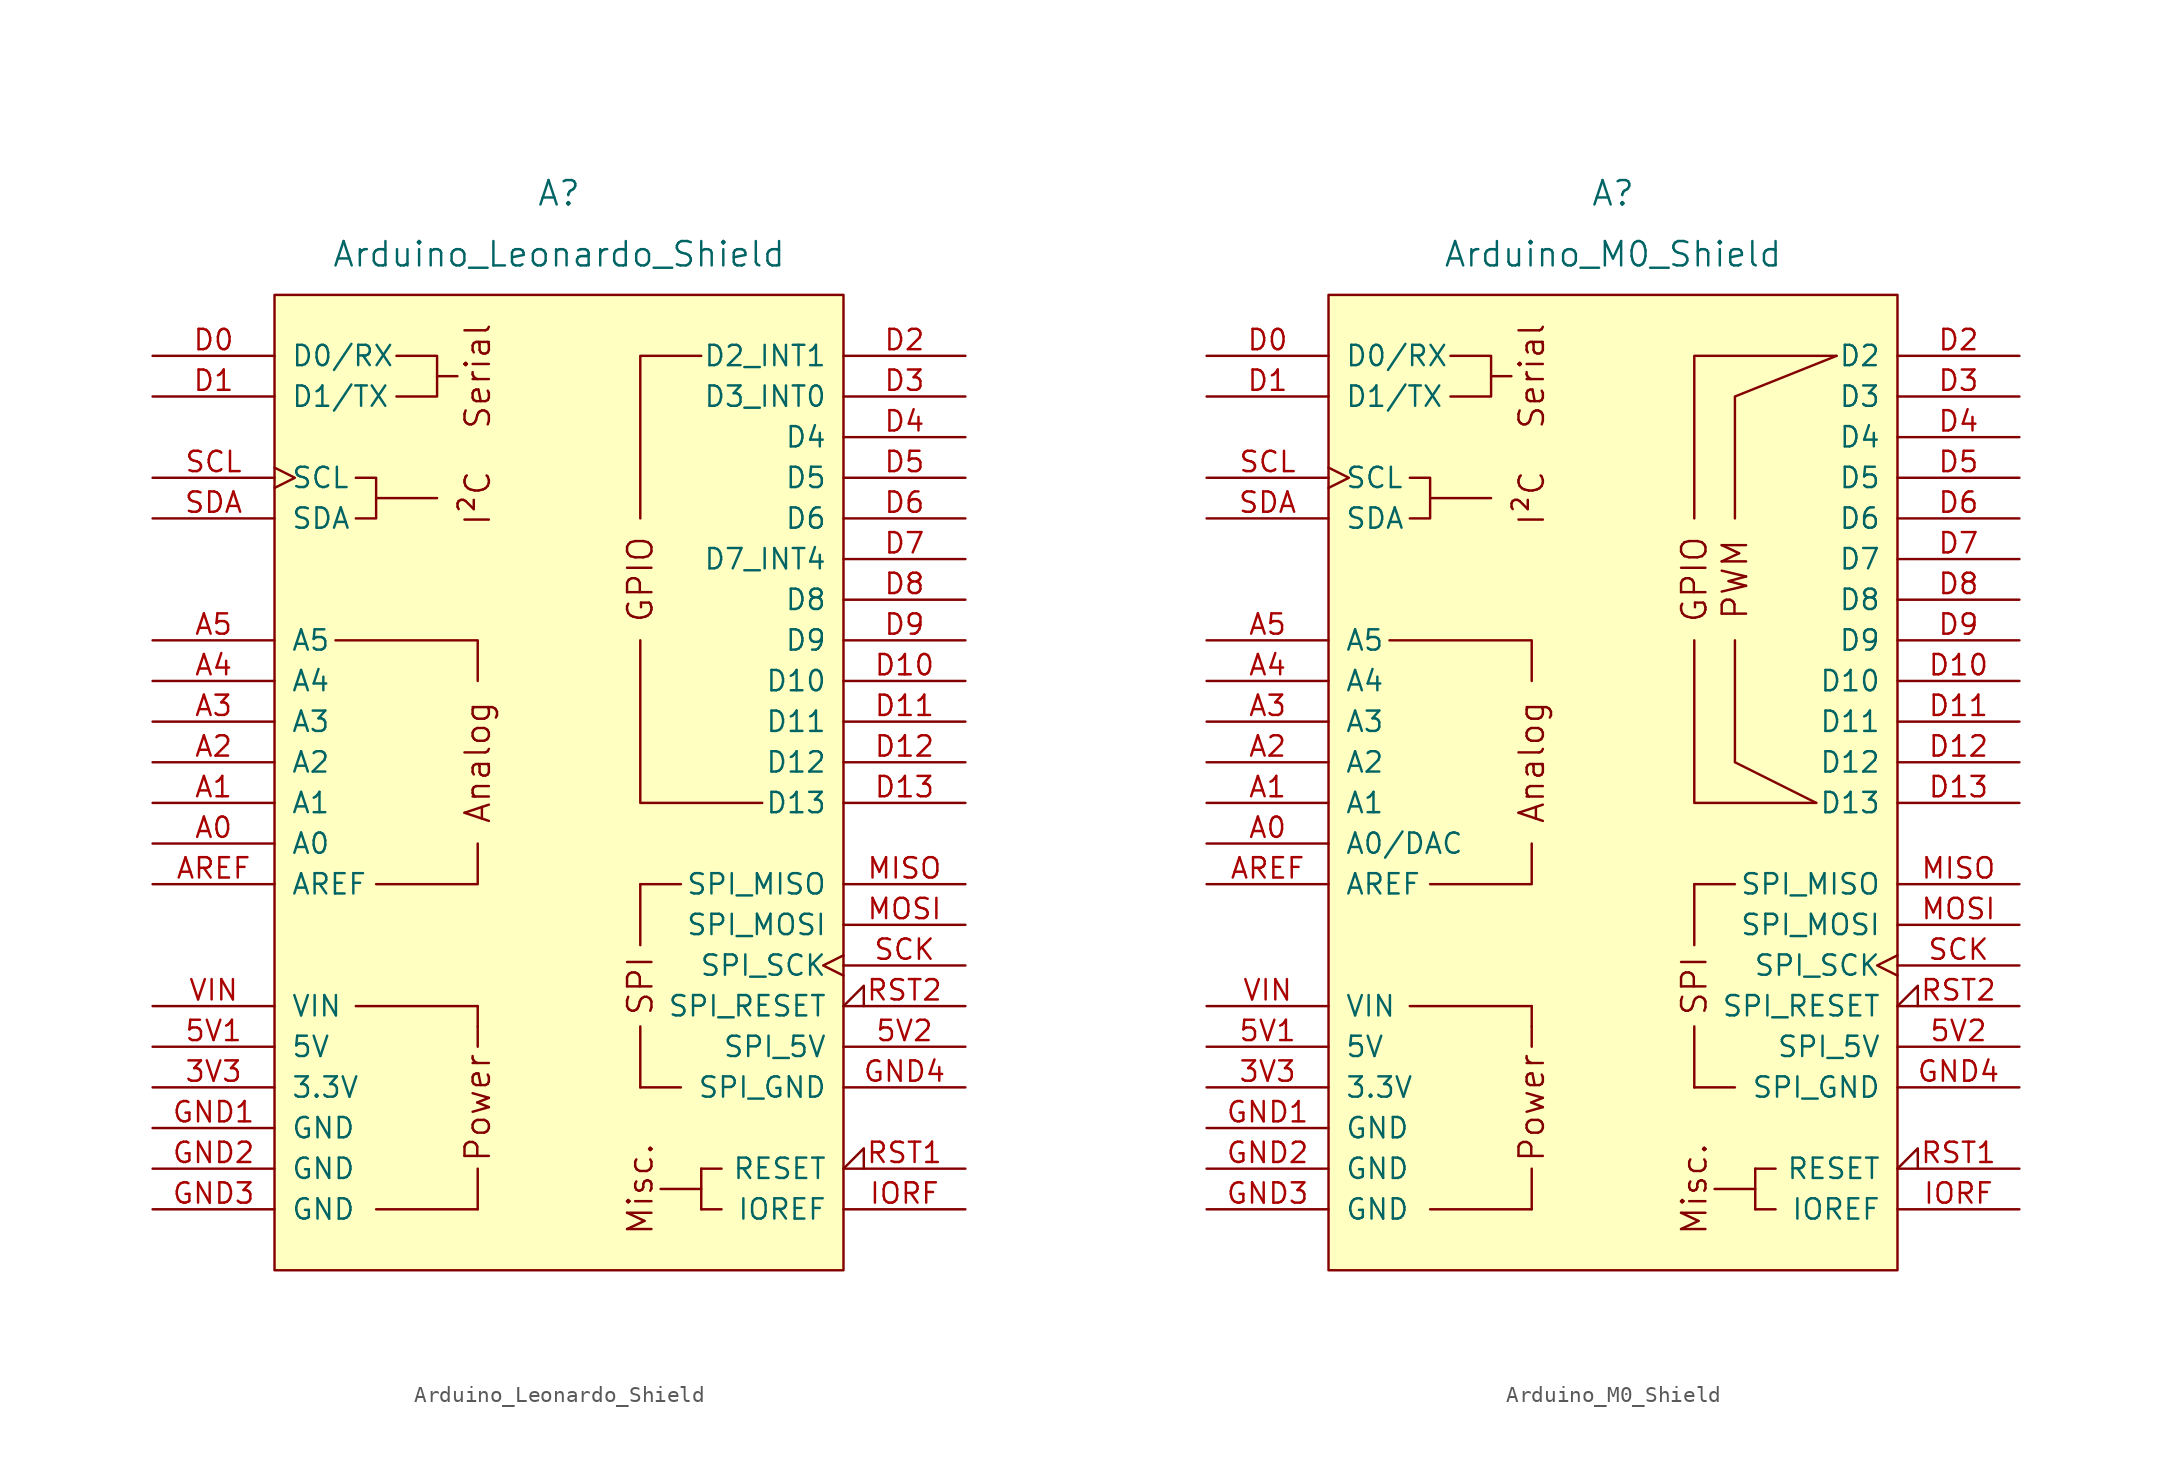
<source format=kicad_sym>
(kicad_symbol_lib
  (version 20231120)
  (generator "kicad_symbol_editor")
  (generator_version "8.0")
  (symbol "Arduino_Leonardo_Shield"
    (pin_names
      (offset 1.016))
    (property "Reference" "A"
      (at 0 36.83 0)
      (effects (font (size 1.524 1.524))))
    (property "Value" "Arduino_Leonardo_Shield"
      (at 0 33.02 0)
      (effects (font (size 1.524 1.524))))
    (symbol "Arduino_Leonardo_Shield_0_0"
      (rectangle (start -17.78 30.48) (end 17.78 -30.48) (stroke (width 0) (type default)) (fill (type background)))
      (rectangle (start -12.7 -13.97) (end -5.08 -13.97) (stroke (width 0) (type default)) (fill (type none)))
      (rectangle (start -11.43 -26.67) (end -5.08 -26.67) (stroke (width 0) (type default)) (fill (type none)))
      (polyline (pts (xy -11.43 17.78) (xy -7.62 17.78)) (stroke (width 0) (type default)) (fill (type none)))
      (polyline (pts (xy -7.62 25.4) (xy -6.35 25.4)) (stroke (width 0) (type default)) (fill (type none)))
      (polyline (pts (xy -5.08 -26.67) (xy -5.08 -24.13)) (stroke (width 0) (type default)) (fill (type none)))
      (polyline (pts (xy -5.08 -15.24) (xy -5.08 -16.51)) (stroke (width 0) (type default)) (fill (type none)))
      (polyline (pts (xy -5.08 -13.97) (xy -5.08 -15.24)) (stroke (width 0) (type default)) (fill (type none)))
      (polyline (pts (xy -5.08 -3.81) (xy -5.08 -6.35) (xy -11.43 -6.35)) (stroke (width 0) (type default)) (fill (type none)))
      (polyline (pts (xy -5.08 6.35) (xy -5.08 8.89) (xy -13.97 8.89)) (stroke (width 0) (type default)) (fill (type none)))
      (polyline (pts (xy 5.08 8.89) (xy 5.08 -1.27) (xy 12.7 -1.27)) (stroke (width 0) (type default)) (fill (type none)))
      (polyline (pts (xy 5.08 16.51) (xy 5.08 26.67) (xy 8.89 26.67)) (stroke (width 0) (type default)) (fill (type none)))
      (polyline (pts (xy -12.7 19.05) (xy -11.43 19.05) (xy -11.43 16.51) (xy -12.7 16.51)) (stroke (width 0) (type default)) (fill (type none)))
      (polyline (pts (xy -10.16 26.67) (xy -7.62 26.67) (xy -7.62 24.13) (xy -10.16 24.13)) (stroke (width 0) (type default)) (fill (type none)))
      (rectangle (start 5.08 -19.05) (end 5.08 -15.24) (stroke (width 0) (type default)) (fill (type none)))
      (rectangle (start 5.08 -19.05) (end 7.62 -19.05) (stroke (width 0) (type default)) (fill (type none)))
      (rectangle (start 5.08 -10.16) (end 5.08 -6.35) (stroke (width 0) (type default)) (fill (type none)))
      (rectangle (start 7.62 -6.35) (end 5.08 -6.35) (stroke (width 0) (type default)) (fill (type none)))
      (rectangle (start 8.89 -25.4) (end 6.35 -25.4) (stroke (width 0) (type default)) (fill (type none)))
      (rectangle (start 8.89 -24.13) (end 8.89 -26.67) (stroke (width 0) (type default)) (fill (type none)))
      (rectangle (start 10.16 -26.67) (end 8.89 -26.67) (stroke (width 0) (type default)) (fill (type none)))
      (rectangle (start 10.16 -24.13) (end 8.89 -24.13) (stroke (width 0) (type default)) (fill (type none)))
      (text "Analog" (at -5.08 1.27 900) (effects (font (size 1.524 1.524))))
      (text "I²C" (at -5.08 17.78 900) (effects (font (size 1.524 1.524))))
      (text "Misc." (at 5.08 -25.4 900) (effects (font (size 1.524 1.524))))
      (text "Power" (at -5.08 -20.32 900) (effects (font (size 1.524 1.524))))
      (text "Serial" (at -5.08 25.4 900) (effects (font (size 1.524 1.524))))
      (text "SPI" (at 5.08 -12.7 900) (effects (font (size 1.524 1.524)))))
    (symbol "Arduino_Leonardo_Shield_1_0"
      (text "GPIO" (at 5.08 12.7 900) (effects (font (size 1.524 1.524)))))
    (symbol "Arduino_Leonardo_Shield_1_1"
      (pin power_out line (at -25.4 -19.05 0) (length 7.62) (name "3.3V" (effects (font (size 1.27 1.27)))) (number "3V3" (effects (font (size 1.27 1.27)))))
      (pin power_in line (at -25.4 -16.51 0) (length 7.62) (name "5V" (effects (font (size 1.27 1.27)))) (number "5V1" (effects (font (size 1.27 1.27)))))
      (pin power_in line (at 25.4 -16.51 180) (length 7.62) (name "SPI_5V" (effects (font (size 1.27 1.27)))) (number "5V2" (effects (font (size 1.27 1.27)))))
      (pin bidirectional line (at -25.4 -3.81 0) (length 7.62) (name "A0" (effects (font (size 1.27 1.27)))) (number "A0" (effects (font (size 1.27 1.27)))))
      (pin bidirectional line (at -25.4 -1.27 0) (length 7.62) (name "A1" (effects (font (size 1.27 1.27)))) (number "A1" (effects (font (size 1.27 1.27)))))
      (pin bidirectional line (at -25.4 1.27 0) (length 7.62) (name "A2" (effects (font (size 1.27 1.27)))) (number "A2" (effects (font (size 1.27 1.27)))))
      (pin bidirectional line (at -25.4 3.81 0) (length 7.62) (name "A3" (effects (font (size 1.27 1.27)))) (number "A3" (effects (font (size 1.27 1.27)))))
      (pin bidirectional line (at -25.4 6.35 0) (length 7.62) (name "A4" (effects (font (size 1.27 1.27)))) (number "A4" (effects (font (size 1.27 1.27)))))
      (pin bidirectional line (at -25.4 8.89 0) (length 7.62) (name "A5" (effects (font (size 1.27 1.27)))) (number "A5" (effects (font (size 1.27 1.27)))))
      (pin input line (at -25.4 -6.35 0) (length 7.62) (name "AREF" (effects (font (size 1.27 1.27)))) (number "AREF" (effects (font (size 1.27 1.27)))))
      (pin bidirectional line (at -25.4 26.67 0) (length 7.62) (name "D0/RX" (effects (font (size 1.27 1.27)))) (number "D0" (effects (font (size 1.27 1.27)))))
      (pin bidirectional line (at -25.4 24.13 0) (length 7.62) (name "D1/TX" (effects (font (size 1.27 1.27)))) (number "D1" (effects (font (size 1.27 1.27)))))
      (pin bidirectional line (at 25.4 6.35 180) (length 7.62) (name "D10" (effects (font (size 1.27 1.27)))) (number "D10" (effects (font (size 1.27 1.27)))))
      (pin bidirectional line (at 25.4 3.81 180) (length 7.62) (name "D11" (effects (font (size 1.27 1.27)))) (number "D11" (effects (font (size 1.27 1.27)))))
      (pin bidirectional line (at 25.4 1.27 180) (length 7.62) (name "D12" (effects (font (size 1.27 1.27)))) (number "D12" (effects (font (size 1.27 1.27)))))
      (pin bidirectional line (at 25.4 -1.27 180) (length 7.62) (name "D13" (effects (font (size 1.27 1.27)))) (number "D13" (effects (font (size 1.27 1.27)))))
      (pin bidirectional line (at 25.4 26.67 180) (length 7.62) (name "D2_INT1" (effects (font (size 1.27 1.27)))) (number "D2" (effects (font (size 1.27 1.27)))))
      (pin bidirectional line (at 25.4 24.13 180) (length 7.62) (name "D3_INT0" (effects (font (size 1.27 1.27)))) (number "D3" (effects (font (size 1.27 1.27)))))
      (pin bidirectional line (at 25.4 21.59 180) (length 7.62) (name "D4" (effects (font (size 1.27 1.27)))) (number "D4" (effects (font (size 1.27 1.27)))))
      (pin bidirectional line (at 25.4 19.05 180) (length 7.62) (name "D5" (effects (font (size 1.27 1.27)))) (number "D5" (effects (font (size 1.27 1.27)))))
      (pin bidirectional line (at 25.4 16.51 180) (length 7.62) (name "D6" (effects (font (size 1.27 1.27)))) (number "D6" (effects (font (size 1.27 1.27)))))
      (pin bidirectional line (at 25.4 13.97 180) (length 7.62) (name "D7_INT4" (effects (font (size 1.27 1.27)))) (number "D7" (effects (font (size 1.27 1.27)))))
      (pin bidirectional line (at 25.4 11.43 180) (length 7.62) (name "D8" (effects (font (size 1.27 1.27)))) (number "D8" (effects (font (size 1.27 1.27)))))
      (pin bidirectional line (at 25.4 8.89 180) (length 7.62) (name "D9" (effects (font (size 1.27 1.27)))) (number "D9" (effects (font (size 1.27 1.27)))))
      (pin power_in line (at -25.4 -21.59 0) (length 7.62) (name "GND" (effects (font (size 1.27 1.27)))) (number "GND1" (effects (font (size 1.27 1.27)))))
      (pin power_in line (at -25.4 -24.13 0) (length 7.62) (name "GND" (effects (font (size 1.27 1.27)))) (number "GND2" (effects (font (size 1.27 1.27)))))
      (pin power_in line (at -25.4 -26.67 0) (length 7.62) (name "GND" (effects (font (size 1.27 1.27)))) (number "GND3" (effects (font (size 1.27 1.27)))))
      (pin power_in line (at 25.4 -19.05 180) (length 7.62) (name "SPI_GND" (effects (font (size 1.27 1.27)))) (number "GND4" (effects (font (size 1.27 1.27)))))
      (pin output line (at 25.4 -26.67 180) (length 7.62) (name "IOREF" (effects (font (size 1.27 1.27)))) (number "IORF" (effects (font (size 1.27 1.27)))))
      (pin input line (at 25.4 -6.35 180) (length 7.62) (name "SPI_MISO" (effects (font (size 1.27 1.27)))) (number "MISO" (effects (font (size 1.27 1.27)))))
      (pin output line (at 25.4 -8.89 180) (length 7.62) (name "SPI_MOSI" (effects (font (size 1.27 1.27)))) (number "MOSI" (effects (font (size 1.27 1.27)))))
      (pin open_collector input_low (at 25.4 -24.13 180) (length 7.62) (name "RESET" (effects (font (size 1.27 1.27)))) (number "RST1" (effects (font (size 1.27 1.27)))))
      (pin open_collector input_low (at 25.4 -13.97 180) (length 7.62) (name "SPI_RESET" (effects (font (size 1.27 1.27)))) (number "RST2" (effects (font (size 1.27 1.27)))))
      (pin output clock (at 25.4 -11.43 180) (length 7.62) (name "SPI_SCK" (effects (font (size 1.27 1.27)))) (number "SCK" (effects (font (size 1.27 1.27)))))
      (pin bidirectional clock (at -25.4 19.05 0) (length 7.62) (name "SCL" (effects (font (size 1.27 1.27)))) (number "SCL" (effects (font (size 1.27 1.27)))))
      (pin bidirectional line (at -25.4 16.51 0) (length 7.62) (name "SDA" (effects (font (size 1.27 1.27)))) (number "SDA" (effects (font (size 1.27 1.27)))))
      (pin power_in line (at -25.4 -13.97 0) (length 7.62) (name "VIN" (effects (font (size 1.27 1.27)))) (number "VIN" (effects (font (size 1.27 1.27)))))))
  (symbol "Arduino_M0_Shield"
    (pin_names
      (offset 1.016))
    (property "Reference" "A"
      (at 0 36.83 0)
      (effects (font (size 1.524 1.524))))
    (property "Value" "Arduino_M0_Shield"
      (at 0 33.02 0)
      (effects (font (size 1.524 1.524))))
    (symbol "Arduino_M0_Shield_0_0"
      (rectangle (start -17.78 30.48) (end 17.78 -30.48) (stroke (width 0) (type default)) (fill (type background)))
      (rectangle (start -12.7 -13.97) (end -5.08 -13.97) (stroke (width 0) (type default)) (fill (type none)))
      (rectangle (start -11.43 -26.67) (end -5.08 -26.67) (stroke (width 0) (type default)) (fill (type none)))
      (polyline (pts (xy -11.43 17.78) (xy -7.62 17.78)) (stroke (width 0) (type default)) (fill (type none)))
      (polyline (pts (xy -7.62 25.4) (xy -6.35 25.4)) (stroke (width 0) (type default)) (fill (type none)))
      (polyline (pts (xy -5.08 -26.67) (xy -5.08 -24.13)) (stroke (width 0) (type default)) (fill (type none)))
      (polyline (pts (xy -5.08 -15.24) (xy -5.08 -16.51)) (stroke (width 0) (type default)) (fill (type none)))
      (polyline (pts (xy -5.08 -13.97) (xy -5.08 -15.24)) (stroke (width 0) (type default)) (fill (type none)))
      (polyline (pts (xy -5.08 -3.81) (xy -5.08 -6.35) (xy -11.43 -6.35)) (stroke (width 0) (type default)) (fill (type none)))
      (polyline (pts (xy -5.08 6.35) (xy -5.08 8.89) (xy -13.97 8.89)) (stroke (width 0) (type default)) (fill (type none)))
      (polyline (pts (xy 5.08 8.89) (xy 5.08 -1.27) (xy 12.7 -1.27)) (stroke (width 0) (type default)) (fill (type none)))
      (polyline (pts (xy 5.08 16.51) (xy 5.08 26.67) (xy 13.97 26.67)) (stroke (width 0) (type default)) (fill (type none)))
      (polyline (pts (xy 7.62 8.89) (xy 7.62 1.27) (xy 12.7 -1.27)) (stroke (width 0) (type default)) (fill (type none)))
      (polyline (pts (xy 7.62 16.51) (xy 7.62 24.13) (xy 13.97 26.67)) (stroke (width 0) (type default)) (fill (type none)))
      (polyline (pts (xy -12.7 19.05) (xy -11.43 19.05) (xy -11.43 16.51) (xy -12.7 16.51)) (stroke (width 0) (type default)) (fill (type none)))
      (polyline (pts (xy -10.16 26.67) (xy -7.62 26.67) (xy -7.62 24.13) (xy -10.16 24.13)) (stroke (width 0) (type default)) (fill (type none)))
      (rectangle (start 5.08 -19.05) (end 5.08 -15.24) (stroke (width 0) (type default)) (fill (type none)))
      (rectangle (start 5.08 -19.05) (end 7.62 -19.05) (stroke (width 0) (type default)) (fill (type none)))
      (rectangle (start 5.08 -10.16) (end 5.08 -6.35) (stroke (width 0) (type default)) (fill (type none)))
      (rectangle (start 7.62 -6.35) (end 5.08 -6.35) (stroke (width 0) (type default)) (fill (type none)))
      (rectangle (start 8.89 -25.4) (end 6.35 -25.4) (stroke (width 0) (type default)) (fill (type none)))
      (rectangle (start 8.89 -24.13) (end 8.89 -26.67) (stroke (width 0) (type default)) (fill (type none)))
      (rectangle (start 10.16 -26.67) (end 8.89 -26.67) (stroke (width 0) (type default)) (fill (type none)))
      (rectangle (start 10.16 -24.13) (end 8.89 -24.13) (stroke (width 0) (type default)) (fill (type none)))
      (text "Analog" (at -5.08 1.27 900) (effects (font (size 1.524 1.524))))
      (text "I²C" (at -5.08 17.78 900) (effects (font (size 1.524 1.524))))
      (text "Misc." (at 5.08 -25.4 900) (effects (font (size 1.524 1.524))))
      (text "Power" (at -5.08 -20.32 900) (effects (font (size 1.524 1.524))))
      (text "PWM" (at 7.62 12.7 900) (effects (font (size 1.524 1.524))))
      (text "Serial" (at -5.08 25.4 900) (effects (font (size 1.524 1.524))))
      (text "SPI" (at 5.08 -12.7 900) (effects (font (size 1.524 1.524)))))
    (symbol "Arduino_M0_Shield_1_0"
      (text "GPIO" (at 5.08 12.7 900) (effects (font (size 1.524 1.524)))))
    (symbol "Arduino_M0_Shield_1_1"
      (pin power_in line (at -25.4 -19.05 0) (length 7.62) (name "3.3V" (effects (font (size 1.27 1.27)))) (number "3V3" (effects (font (size 1.27 1.27)))))
      (pin power_in line (at -25.4 -16.51 0) (length 7.62) (name "5V" (effects (font (size 1.27 1.27)))) (number "5V1" (effects (font (size 1.27 1.27)))))
      (pin power_in line (at 25.4 -16.51 180) (length 7.62) (name "SPI_5V" (effects (font (size 1.27 1.27)))) (number "5V2" (effects (font (size 1.27 1.27)))))
      (pin bidirectional line (at -25.4 -3.81 0) (length 7.62) (name "A0/DAC" (effects (font (size 1.27 1.27)))) (number "A0" (effects (font (size 1.27 1.27)))))
      (pin bidirectional line (at -25.4 -1.27 0) (length 7.62) (name "A1" (effects (font (size 1.27 1.27)))) (number "A1" (effects (font (size 1.27 1.27)))))
      (pin bidirectional line (at -25.4 1.27 0) (length 7.62) (name "A2" (effects (font (size 1.27 1.27)))) (number "A2" (effects (font (size 1.27 1.27)))))
      (pin bidirectional line (at -25.4 3.81 0) (length 7.62) (name "A3" (effects (font (size 1.27 1.27)))) (number "A3" (effects (font (size 1.27 1.27)))))
      (pin bidirectional line (at -25.4 6.35 0) (length 7.62) (name "A4" (effects (font (size 1.27 1.27)))) (number "A4" (effects (font (size 1.27 1.27)))))
      (pin bidirectional line (at -25.4 8.89 0) (length 7.62) (name "A5" (effects (font (size 1.27 1.27)))) (number "A5" (effects (font (size 1.27 1.27)))))
      (pin input line (at -25.4 -6.35 0) (length 7.62) (name "AREF" (effects (font (size 1.27 1.27)))) (number "AREF" (effects (font (size 1.27 1.27)))))
      (pin bidirectional line (at -25.4 26.67 0) (length 7.62) (name "D0/RX" (effects (font (size 1.27 1.27)))) (number "D0" (effects (font (size 1.27 1.27)))))
      (pin bidirectional line (at -25.4 24.13 0) (length 7.62) (name "D1/TX" (effects (font (size 1.27 1.27)))) (number "D1" (effects (font (size 1.27 1.27)))))
      (pin bidirectional line (at 25.4 6.35 180) (length 7.62) (name "D10" (effects (font (size 1.27 1.27)))) (number "D10" (effects (font (size 1.27 1.27)))))
      (pin bidirectional line (at 25.4 3.81 180) (length 7.62) (name "D11" (effects (font (size 1.27 1.27)))) (number "D11" (effects (font (size 1.27 1.27)))))
      (pin bidirectional line (at 25.4 1.27 180) (length 7.62) (name "D12" (effects (font (size 1.27 1.27)))) (number "D12" (effects (font (size 1.27 1.27)))))
      (pin bidirectional line (at 25.4 -1.27 180) (length 7.62) (name "D13" (effects (font (size 1.27 1.27)))) (number "D13" (effects (font (size 1.27 1.27)))))
      (pin bidirectional line (at 25.4 26.67 180) (length 7.62) (name "D2" (effects (font (size 1.27 1.27)))) (number "D2" (effects (font (size 1.27 1.27)))))
      (pin bidirectional line (at 25.4 24.13 180) (length 7.62) (name "D3" (effects (font (size 1.27 1.27)))) (number "D3" (effects (font (size 1.27 1.27)))))
      (pin bidirectional line (at 25.4 21.59 180) (length 7.62) (name "D4" (effects (font (size 1.27 1.27)))) (number "D4" (effects (font (size 1.27 1.27)))))
      (pin bidirectional line (at 25.4 19.05 180) (length 7.62) (name "D5" (effects (font (size 1.27 1.27)))) (number "D5" (effects (font (size 1.27 1.27)))))
      (pin bidirectional line (at 25.4 16.51 180) (length 7.62) (name "D6" (effects (font (size 1.27 1.27)))) (number "D6" (effects (font (size 1.27 1.27)))))
      (pin bidirectional line (at 25.4 13.97 180) (length 7.62) (name "D7" (effects (font (size 1.27 1.27)))) (number "D7" (effects (font (size 1.27 1.27)))))
      (pin bidirectional line (at 25.4 11.43 180) (length 7.62) (name "D8" (effects (font (size 1.27 1.27)))) (number "D8" (effects (font (size 1.27 1.27)))))
      (pin bidirectional line (at 25.4 8.89 180) (length 7.62) (name "D9" (effects (font (size 1.27 1.27)))) (number "D9" (effects (font (size 1.27 1.27)))))
      (pin power_in line (at -25.4 -21.59 0) (length 7.62) (name "GND" (effects (font (size 1.27 1.27)))) (number "GND1" (effects (font (size 1.27 1.27)))))
      (pin power_in line (at -25.4 -24.13 0) (length 7.62) (name "GND" (effects (font (size 1.27 1.27)))) (number "GND2" (effects (font (size 1.27 1.27)))))
      (pin power_in line (at -25.4 -26.67 0) (length 7.62) (name "GND" (effects (font (size 1.27 1.27)))) (number "GND3" (effects (font (size 1.27 1.27)))))
      (pin power_in line (at 25.4 -19.05 180) (length 7.62) (name "SPI_GND" (effects (font (size 1.27 1.27)))) (number "GND4" (effects (font (size 1.27 1.27)))))
      (pin output line (at 25.4 -26.67 180) (length 7.62) (name "IOREF" (effects (font (size 1.27 1.27)))) (number "IORF" (effects (font (size 1.27 1.27)))))
      (pin input line (at 25.4 -6.35 180) (length 7.62) (name "SPI_MISO" (effects (font (size 1.27 1.27)))) (number "MISO" (effects (font (size 1.27 1.27)))))
      (pin output line (at 25.4 -8.89 180) (length 7.62) (name "SPI_MOSI" (effects (font (size 1.27 1.27)))) (number "MOSI" (effects (font (size 1.27 1.27)))))
      (pin open_collector input_low (at 25.4 -24.13 180) (length 7.62) (name "RESET" (effects (font (size 1.27 1.27)))) (number "RST1" (effects (font (size 1.27 1.27)))))
      (pin open_collector input_low (at 25.4 -13.97 180) (length 7.62) (name "SPI_RESET" (effects (font (size 1.27 1.27)))) (number "RST2" (effects (font (size 1.27 1.27)))))
      (pin output clock (at 25.4 -11.43 180) (length 7.62) (name "SPI_SCK" (effects (font (size 1.27 1.27)))) (number "SCK" (effects (font (size 1.27 1.27)))))
      (pin bidirectional clock (at -25.4 19.05 0) (length 7.62) (name "SCL" (effects (font (size 1.27 1.27)))) (number "SCL" (effects (font (size 1.27 1.27)))))
      (pin bidirectional line (at -25.4 16.51 0) (length 7.62) (name "SDA" (effects (font (size 1.27 1.27)))) (number "SDA" (effects (font (size 1.27 1.27)))))
      (pin power_in line (at -25.4 -13.97 0) (length 7.62) (name "VIN" (effects (font (size 1.27 1.27)))) (number "VIN" (effects (font (size 1.27 1.27))))))))
</source>
